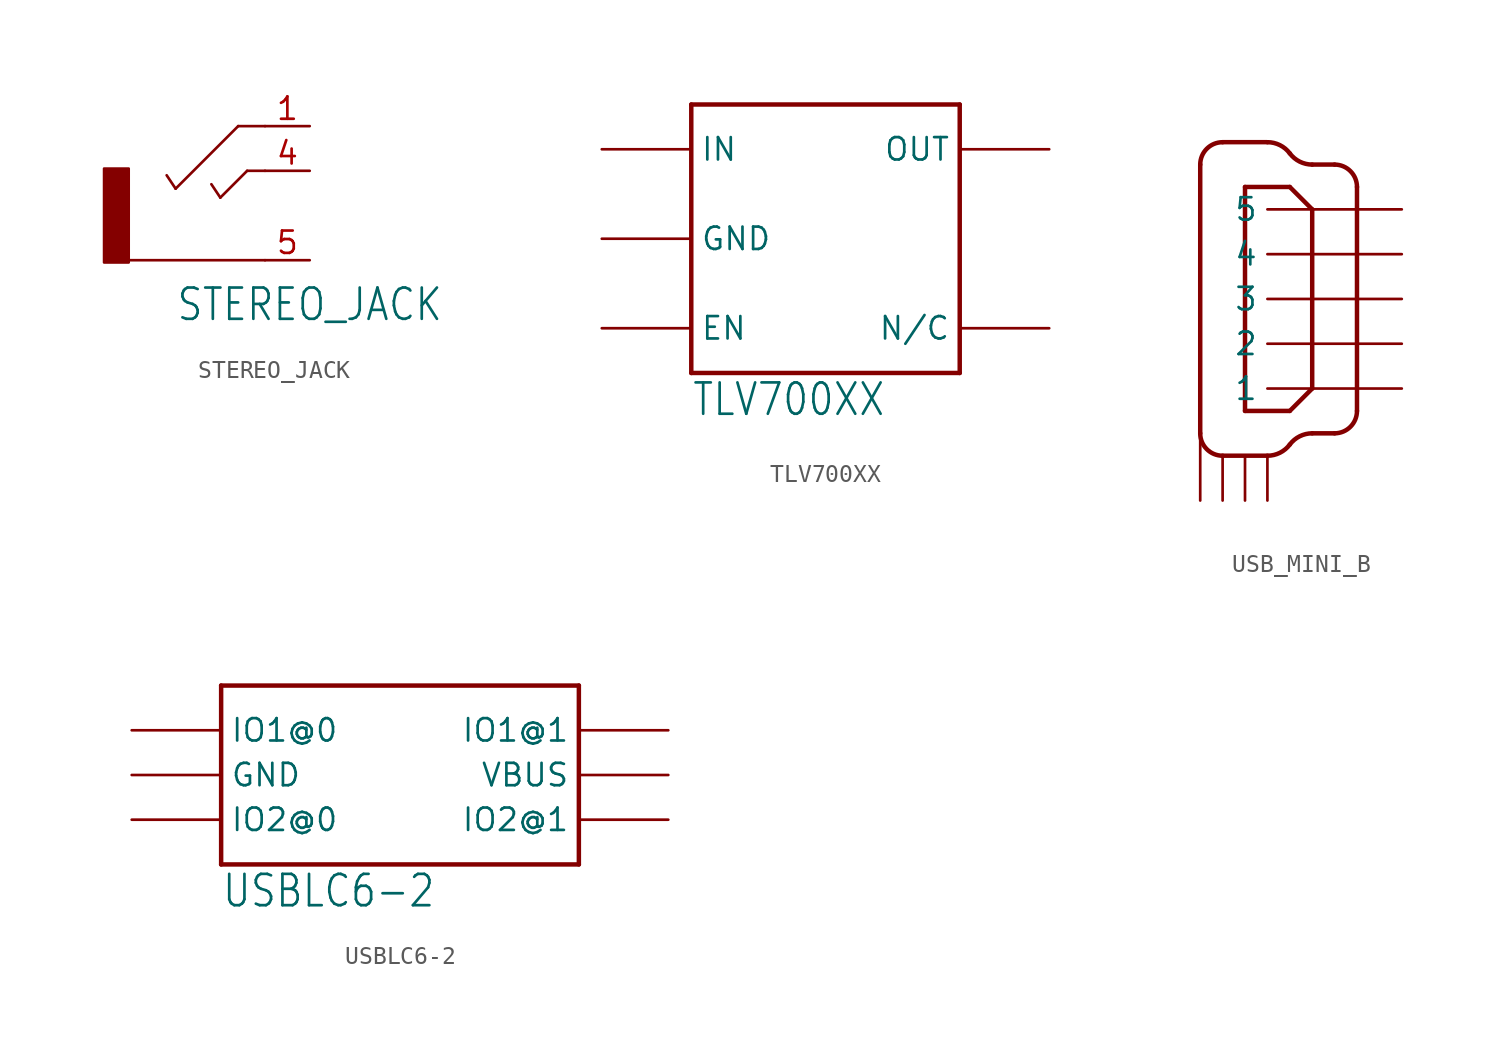
<source format=kicad_sym>
(kicad_symbol_lib
  (version 20220914)
  (generator kicad_symbol_editor)
  (symbol "STEREO_JACK"
    (property "Reference" "J"
      (at -2.54 6.604 0)
      (effects (font (size 1.778 1.511)) (justify left bottom) hide))
    (property "Value" "STEREO_JACK"
      (at -2.54 -6.096 0)
      (effects (font (size 1.778 1.511)) (justify left bottom)))
    (symbol "STEREO_JACK_1_0"
      (rectangle (start -5.207 2.667) (end -6.604 -2.667) (stroke (width 0) (type default)) (fill (type outline)))
      (polyline (pts (xy -2.54 1.524) (xy -3.048 2.286)) (stroke (width 0.152) (type solid)) (fill (type none)))
      (polyline (pts (xy 0 1.016) (xy -0.508 1.778)) (stroke (width 0.152) (type solid)) (fill (type none)))
      (polyline (pts (xy 1.016 5.08) (xy -2.54 1.524)) (stroke (width 0.152) (type solid)) (fill (type none)))
      (polyline (pts (xy 1.524 2.54) (xy 0 1.016)) (stroke (width 0.152) (type solid)) (fill (type none)))
      (polyline (pts (xy 2.54 -2.54) (xy -5.207 -2.54)) (stroke (width 0.152) (type solid)) (fill (type none)))
      (polyline (pts (xy 2.54 2.54) (xy 1.524 2.54)) (stroke (width 0.152) (type solid)) (fill (type none)))
      (polyline (pts (xy 2.54 5.08) (xy 1.016 5.08)) (stroke (width 0.152) (type solid)) (fill (type none)))
      (pin passive line (at 5.08 5.08 180) (length 2.54) (name "1" (effects (font (size 0 0)))) (number "1" (effects (font (size 1.27 1.27)))))
      (pin passive line (at 5.08 2.54 180) (length 2.54) (name "4" (effects (font (size 0 0)))) (number "4" (effects (font (size 1.27 1.27)))))
      (pin passive line (at 5.08 -2.54 180) (length 2.54) (name "5" (effects (font (size 0 0)))) (number "5" (effects (font (size 1.27 1.27)))))))
  (symbol "TLV700XX"
    (property "Reference" "U"
      (at -7.62 8.89 0)
      (effects (font (size 1.778 1.511)) (justify left bottom) hide))
    (property "Value" "TLV700XX"
      (at -7.62 -10.16 0)
      (effects (font (size 1.778 1.511)) (justify left bottom)))
    (symbol "TLV700XX_1_0"
      (polyline (pts (xy -7.62 -7.62) (xy 7.62 -7.62)) (stroke (width 0.254) (type solid)) (fill (type none)))
      (polyline (pts (xy -7.62 7.62) (xy -7.62 -7.62)) (stroke (width 0.254) (type solid)) (fill (type none)))
      (polyline (pts (xy 7.62 -7.62) (xy 7.62 7.62)) (stroke (width 0.254) (type solid)) (fill (type none)))
      (polyline (pts (xy 7.62 7.62) (xy -7.62 7.62)) (stroke (width 0.254) (type solid)) (fill (type none)))
      (pin bidirectional line (at -12.7 5.08 0) (length 5.08) (name "IN" (effects (font (size 1.27 1.27)))) (number "1" (effects (font (size 0 0)))))
      (pin bidirectional line (at -12.7 0 0) (length 5.08) (name "GND" (effects (font (size 1.27 1.27)))) (number "2" (effects (font (size 0 0)))))
      (pin bidirectional line (at -12.7 -5.08 0) (length 5.08) (name "EN" (effects (font (size 1.27 1.27)))) (number "3" (effects (font (size 0 0)))))
      (pin bidirectional line (at 12.7 -5.08 180) (length 5.08) (name "N/C" (effects (font (size 1.27 1.27)))) (number "4" (effects (font (size 0 0)))))
      (pin bidirectional line (at 12.7 5.08 180) (length 5.08) (name "OUT" (effects (font (size 1.27 1.27)))) (number "5" (effects (font (size 0 0)))))))
  (symbol "USB_MINI_B"
    (property "Reference" "J"
      (at -3.81 12.7 0)
      (effects (font (size 1.778 1.511)) (justify left bottom) hide))
    (property "Value" ""
      (at -3.81 10.16 0)
      (effects (font (size 1.778 1.511)) (justify left bottom)))
    (symbol "USB_MINI_B_1_0"
      (arc (start -3.81 -7.62) (mid -3.438 -8.518) (end -2.54 -8.89) (stroke (width 0.254) (type solid)) (fill (type none)))
      (arc (start -2.54 8.89) (mid -3.438 8.518) (end -3.81 7.62) (stroke (width 0.254) (type solid)) (fill (type none)))
      (arc (start 0 -8.89) (mid 0.71 -8.7224) (end 1.2701 -8.255) (stroke (width 0.254) (type solid)) (fill (type none)))
      (polyline (pts (xy -3.81 7.62) (xy -3.81 -7.62)) (stroke (width 0.254) (type solid)) (fill (type none)))
      (polyline (pts (xy -2.54 -8.89) (xy 0 -8.89)) (stroke (width 0.254) (type solid)) (fill (type none)))
      (polyline (pts (xy -2.54 8.89) (xy 0 8.89)) (stroke (width 0.254) (type solid)) (fill (type none)))
      (polyline (pts (xy -1.27 -6.35) (xy -1.27 6.35)) (stroke (width 0.254) (type solid)) (fill (type none)))
      (polyline (pts (xy -1.27 6.35) (xy 1.27 6.35)) (stroke (width 0.254) (type solid)) (fill (type none)))
      (polyline (pts (xy 1.27 -6.35) (xy -1.27 -6.35)) (stroke (width 0.254) (type solid)) (fill (type none)))
      (polyline (pts (xy 1.27 6.35) (xy 2.54 5.08)) (stroke (width 0.254) (type solid)) (fill (type none)))
      (polyline (pts (xy 2.54 -7.62) (xy 3.81 -7.62)) (stroke (width 0.254) (type solid)) (fill (type none)))
      (polyline (pts (xy 2.54 -5.08) (xy 1.27 -6.35)) (stroke (width 0.254) (type solid)) (fill (type none)))
      (polyline (pts (xy 2.54 5.08) (xy 2.54 -5.08)) (stroke (width 0.254) (type solid)) (fill (type none)))
      (polyline (pts (xy 2.54 7.62) (xy 3.81 7.62)) (stroke (width 0.254) (type solid)) (fill (type none)))
      (polyline (pts (xy 5.08 -6.35) (xy 5.08 6.35)) (stroke (width 0.254) (type solid)) (fill (type none)))
      (arc (start 1.2701 8.255) (mid 0.71 8.7224) (end 0 8.89) (stroke (width 0.254) (type solid)) (fill (type none)))
      (arc (start 1.27 8.255) (mid 1.83 7.7876) (end 2.54 7.62) (stroke (width 0.254) (type solid)) (fill (type none)))
      (arc (start 2.54 -7.62) (mid 1.83 -7.7876) (end 1.27 -8.255) (stroke (width 0.254) (type solid)) (fill (type none)))
      (arc (start 3.81 -7.62) (mid 4.708 -7.248) (end 5.08 -6.35) (stroke (width 0.254) (type solid)) (fill (type none)))
      (arc (start 5.08 6.35) (mid 4.708 7.248) (end 3.81 7.62) (stroke (width 0.254) (type solid)) (fill (type none)))
      (pin bidirectional line (at 7.62 -5.08 180) (length 7.62) (name "1" (effects (font (size 1.27 1.27)))) (number "P$1" (effects (font (size 0 0)))))
      (pin bidirectional line (at 7.62 -2.54 180) (length 7.62) (name "2" (effects (font (size 1.27 1.27)))) (number "P$2" (effects (font (size 0 0)))))
      (pin bidirectional line (at 7.62 0 180) (length 7.62) (name "3" (effects (font (size 1.27 1.27)))) (number "P$3" (effects (font (size 0 0)))))
      (pin bidirectional line (at 7.62 2.54 180) (length 7.62) (name "4" (effects (font (size 1.27 1.27)))) (number "P$4" (effects (font (size 0 0)))))
      (pin bidirectional line (at 7.62 5.08 180) (length 7.62) (name "5" (effects (font (size 1.27 1.27)))) (number "P$5" (effects (font (size 0 0)))))
      (pin bidirectional line (at 0 -11.43 90) (length 2.54) (name "P$1" (effects (font (size 0 0)))) (number "SHIELD_1" (effects (font (size 0 0)))))
      (pin bidirectional line (at -1.27 -11.43 90) (length 2.54) (name "P$2" (effects (font (size 0 0)))) (number "SHIELD_2" (effects (font (size 0 0)))))
      (pin bidirectional line (at -2.54 -11.43 90) (length 2.54) (name "P$3" (effects (font (size 0 0)))) (number "SHIELD_3" (effects (font (size 0 0)))))
      (pin bidirectional line (at -3.81 -11.43 90) (length 5.08) (name "P$4" (effects (font (size 0 0)))) (number "SHIELD_4" (effects (font (size 0 0)))))))
  (symbol "USBLC6-2"
    (property "Reference" "U"
      (at -10.16 8.89 0)
      (effects (font (size 1.778 1.511)) (justify left bottom) hide))
    (property "Value" "USBLC6-2"
      (at -10.16 -5.08 0)
      (effects (font (size 1.778 1.511)) (justify left bottom)))
    (symbol "USBLC6-2_1_0"
      (polyline (pts (xy -10.16 -2.54) (xy 10.16 -2.54)) (stroke (width 0.254) (type solid)) (fill (type none)))
      (polyline (pts (xy -10.16 7.62) (xy -10.16 -2.54)) (stroke (width 0.254) (type solid)) (fill (type none)))
      (polyline (pts (xy 10.16 -2.54) (xy 10.16 7.62)) (stroke (width 0.254) (type solid)) (fill (type none)))
      (polyline (pts (xy 10.16 7.62) (xy -10.16 7.62)) (stroke (width 0.254) (type solid)) (fill (type none)))
      (pin bidirectional line (at -15.24 5.08 0) (length 5.08) (name "IO1@0" (effects (font (size 1.27 1.27)))) (number "1" (effects (font (size 0 0)))))
      (pin bidirectional line (at -15.24 2.54 0) (length 5.08) (name "GND" (effects (font (size 1.27 1.27)))) (number "2" (effects (font (size 0 0)))))
      (pin bidirectional line (at -15.24 0 0) (length 5.08) (name "IO2@0" (effects (font (size 1.27 1.27)))) (number "3" (effects (font (size 0 0)))))
      (pin bidirectional line (at 15.24 0 180) (length 5.08) (name "IO2@1" (effects (font (size 1.27 1.27)))) (number "4" (effects (font (size 0 0)))))
      (pin bidirectional line (at 15.24 2.54 180) (length 5.08) (name "VBUS" (effects (font (size 1.27 1.27)))) (number "5" (effects (font (size 0 0)))))
      (pin bidirectional line (at 15.24 5.08 180) (length 5.08) (name "IO1@1" (effects (font (size 1.27 1.27)))) (number "6" (effects (font (size 0 0))))))))
</source>
